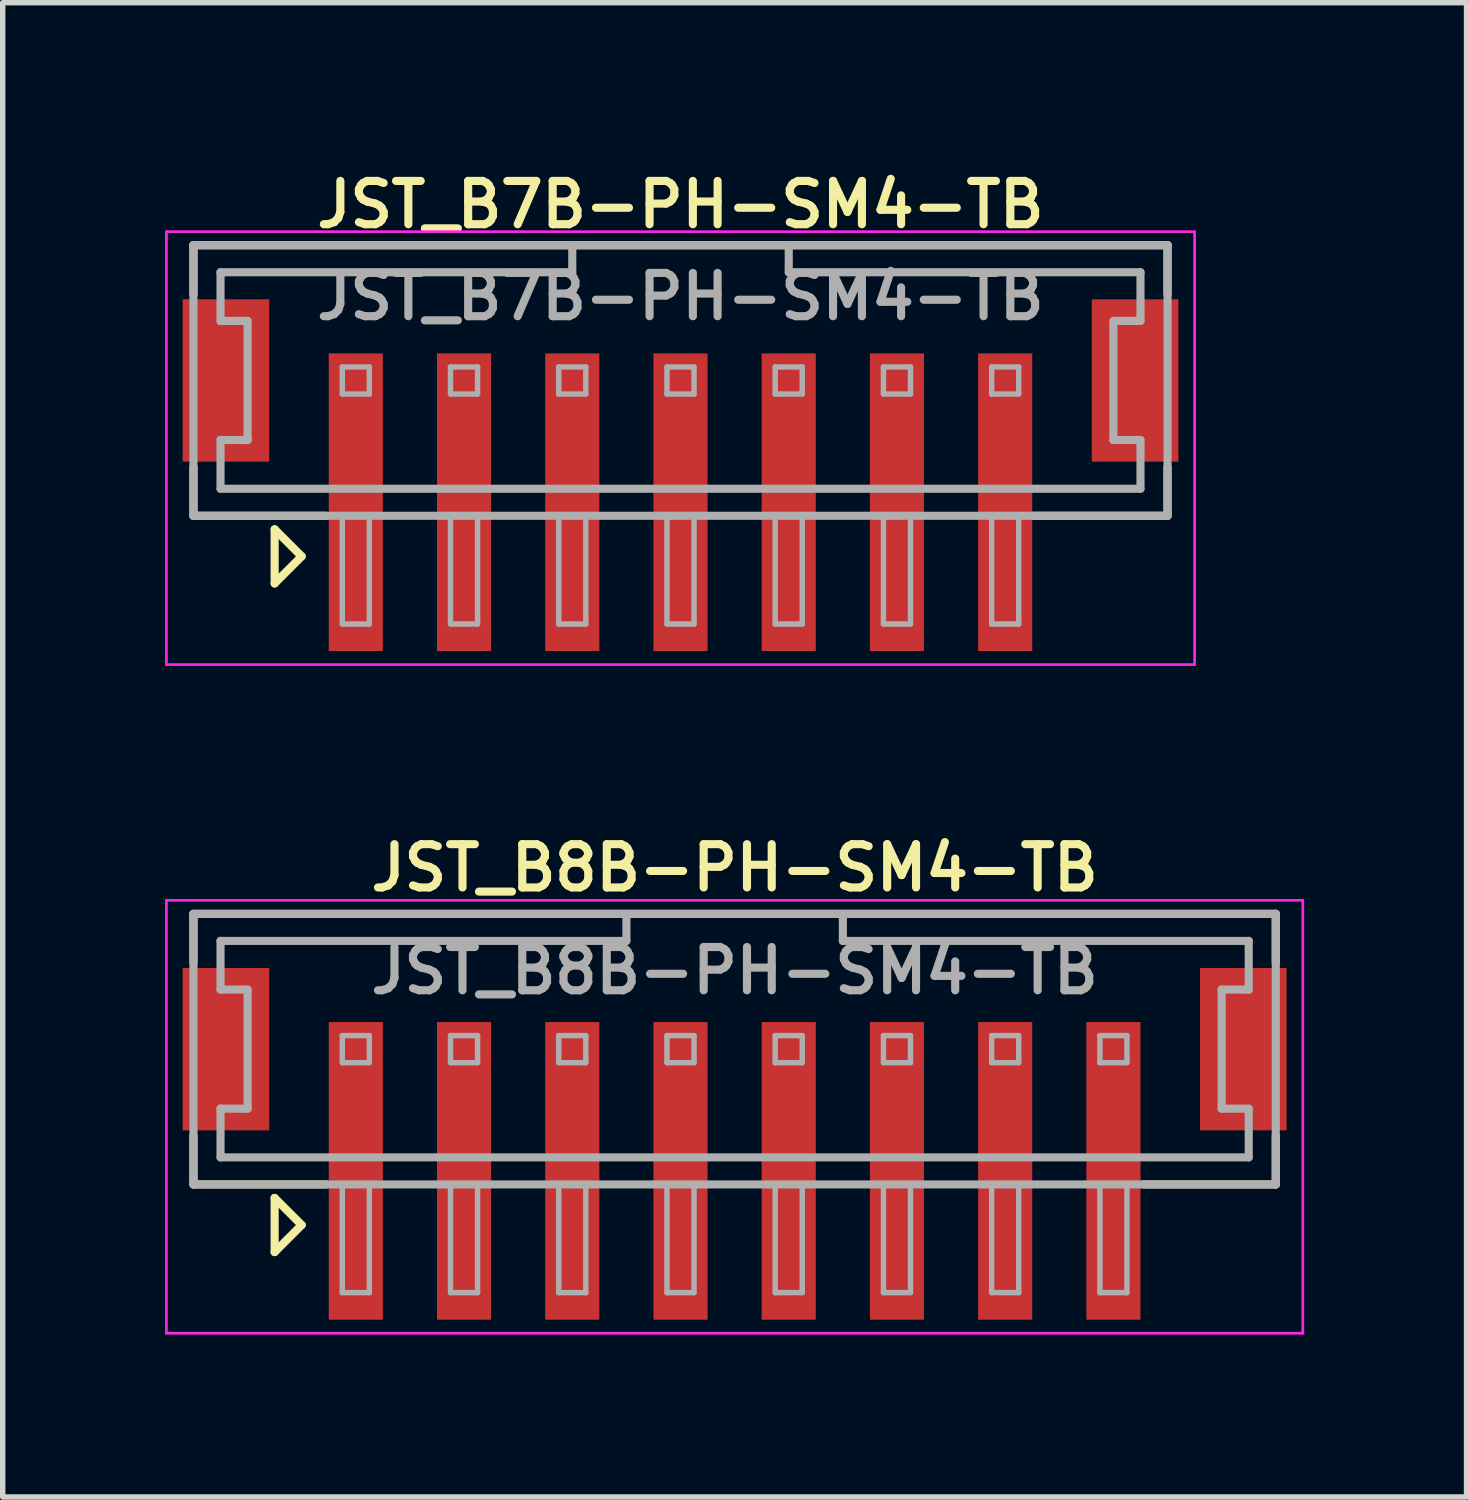
<source format=kicad_pcb>
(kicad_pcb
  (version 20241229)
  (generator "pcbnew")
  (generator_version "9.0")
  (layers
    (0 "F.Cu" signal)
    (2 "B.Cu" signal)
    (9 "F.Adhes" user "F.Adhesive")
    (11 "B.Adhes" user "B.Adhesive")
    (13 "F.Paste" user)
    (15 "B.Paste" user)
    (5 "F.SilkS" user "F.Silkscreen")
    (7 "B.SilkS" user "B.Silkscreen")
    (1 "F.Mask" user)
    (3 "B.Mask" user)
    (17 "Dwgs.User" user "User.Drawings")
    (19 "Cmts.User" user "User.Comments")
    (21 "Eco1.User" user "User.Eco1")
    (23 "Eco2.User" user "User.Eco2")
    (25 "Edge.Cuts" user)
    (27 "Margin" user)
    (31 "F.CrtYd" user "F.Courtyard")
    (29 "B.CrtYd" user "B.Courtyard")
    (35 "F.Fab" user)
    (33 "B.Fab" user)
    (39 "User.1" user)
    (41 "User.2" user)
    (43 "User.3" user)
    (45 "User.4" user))
  (footprint "JST_B7B-PH-SM4-TB"
    (layer "F.Cu")
    (at 9.525 6.231)
    (property "Reference" "JST_B7B-PH-SM4-TB" (at 0 -5.5 0) (layer "F.SilkS") (effects (font (size 0.8 0.8) (thickness 0.15))))
    (attr through_hole)
    (fp_line (start -9 -4.75) (end 9 -4.75) (stroke (width 0.15) (type solid)) (layer "F.SilkS"))
    (fp_line (start -9 -3.85) (end -9 -4.75) (stroke (width 0.15) (type solid)) (layer "F.SilkS"))
    (fp_line (start -9 -0.65) (end -9 0.25) (stroke (width 0.15) (type solid)) (layer "F.SilkS"))
    (fp_line (start -9 0.25) (end -6.55 0.25) (stroke (width 0.15) (type solid)) (layer "F.SilkS"))
    (fp_line (start -7.5 0.5) (end -7.5 1.5) (stroke (width 0.15) (type solid)) (layer "F.SilkS"))
    (fp_line (start -7.5 1.5) (end -7 1) (stroke (width 0.15) (type solid)) (layer "F.SilkS"))
    (fp_line (start -7 1) (end -7.5 0.5) (stroke (width 0.15) (type solid)) (layer "F.SilkS"))
    (fp_line (start 8.975 0.25) (end 6.525 0.25) (stroke (width 0.15) (type solid)) (layer "F.SilkS"))
    (fp_line (start 9 -4.75) (end 9 -3.85) (stroke (width 0.15) (type solid)) (layer "F.SilkS"))
    (fp_line (start 9 -0.65) (end 9 0.25) (stroke (width 0.15) (type solid)) (layer "F.SilkS"))
    (fp_line (start -9.5 -5) (end 9.5 -5) (stroke (width 0.05) (type solid)) (layer "F.CrtYd"))
    (fp_line (start -9.5 3) (end -9.5 -5) (stroke (width 0.05) (type solid)) (layer "F.CrtYd"))
    (fp_line (start 9.5 -5) (end 9.5 3) (stroke (width 0.05) (type solid)) (layer "F.CrtYd"))
    (fp_line (start 9.5 3) (end -9.5 3) (stroke (width 0.05) (type solid)) (layer "F.CrtYd"))
    (fp_line (start -9 -4.75) (end -9 0.25) (stroke (width 0.15) (type solid)) (layer "F.Fab"))
    (fp_line (start -9 0.25) (end 9 0.25) (stroke (width 0.15) (type solid)) (layer "F.Fab"))
    (fp_line (start -8.5 -4.25) (end -2 -4.25) (stroke (width 0.15) (type solid)) (layer "F.Fab"))
    (fp_line (start -8.5 -3.35) (end -8.5 -4.25) (stroke (width 0.15) (type solid)) (layer "F.Fab"))
    (fp_line (start -8.5 -3.35) (end -8 -3.35) (stroke (width 0.15) (type solid)) (layer "F.Fab"))
    (fp_line (start -8.5 -0.25) (end -8.5 -1.15) (stroke (width 0.15) (type solid)) (layer "F.Fab"))
    (fp_line (start -8 -3.35) (end -8 -1.2) (stroke (width 0.15) (type solid)) (layer "F.Fab"))
    (fp_line (start -8 -1.2) (end -8 -1.15) (stroke (width 0.15) (type solid)) (layer "F.Fab"))
    (fp_line (start -8 -1.15) (end -8.5 -1.15) (stroke (width 0.15) (type solid)) (layer "F.Fab"))
    (fp_line (start -6.25 -2.5) (end -6.25 -2) (stroke (width 0.1) (type solid)) (layer "F.Fab"))
    (fp_line (start -6.25 -2) (end -5.75 -2) (stroke (width 0.1) (type solid)) (layer "F.Fab"))
    (fp_line (start -6.25 0.25) (end -6.25 2.25) (stroke (width 0.1) (type solid)) (layer "F.Fab"))
    (fp_line (start -6.25 2.25) (end -5.75 2.25) (stroke (width 0.1) (type solid)) (layer "F.Fab"))
    (fp_line (start -5.75 -2.5) (end -6.25 -2.5) (stroke (width 0.1) (type solid)) (layer "F.Fab"))
    (fp_line (start -5.75 -2) (end -5.75 -2.5) (stroke (width 0.1) (type solid)) (layer "F.Fab"))
    (fp_line (start -5.75 2.25) (end -5.75 0.25) (stroke (width 0.1) (type solid)) (layer "F.Fab"))
    (fp_line (start -4.25 -2.5) (end -4.25 -2) (stroke (width 0.1) (type solid)) (layer "F.Fab"))
    (fp_line (start -4.25 -2) (end -3.75 -2) (stroke (width 0.1) (type solid)) (layer "F.Fab"))
    (fp_line (start -4.25 0.25) (end -4.25 2.25) (stroke (width 0.1) (type solid)) (layer "F.Fab"))
    (fp_line (start -4.25 2.25) (end -3.75 2.25) (stroke (width 0.1) (type solid)) (layer "F.Fab"))
    (fp_line (start -3.75 -2.5) (end -4.25 -2.5) (stroke (width 0.1) (type solid)) (layer "F.Fab"))
    (fp_line (start -3.75 -2) (end -3.75 -2.5) (stroke (width 0.1) (type solid)) (layer "F.Fab"))
    (fp_line (start -3.75 2.25) (end -3.75 0.25) (stroke (width 0.1) (type solid)) (layer "F.Fab"))
    (fp_line (start -2.25 -2.5) (end -2.25 -2) (stroke (width 0.1) (type solid)) (layer "F.Fab"))
    (fp_line (start -2.25 -2) (end -1.75 -2) (stroke (width 0.1) (type solid)) (layer "F.Fab"))
    (fp_line (start -2.25 0.25) (end -2.25 2.25) (stroke (width 0.1) (type solid)) (layer "F.Fab"))
    (fp_line (start -2.25 2.25) (end -1.75 2.25) (stroke (width 0.1) (type solid)) (layer "F.Fab"))
    (fp_line (start -2 -4.25) (end -2 -4.75) (stroke (width 0.15) (type solid)) (layer "F.Fab"))
    (fp_line (start -1.75 -2.5) (end -2.25 -2.5) (stroke (width 0.1) (type solid)) (layer "F.Fab"))
    (fp_line (start -1.75 -2) (end -1.75 -2.5) (stroke (width 0.1) (type solid)) (layer "F.Fab"))
    (fp_line (start -1.75 2.25) (end -1.75 0.25) (stroke (width 0.1) (type solid)) (layer "F.Fab"))
    (fp_line (start -0.25 -2.5) (end -0.25 -2) (stroke (width 0.1) (type solid)) (layer "F.Fab"))
    (fp_line (start -0.25 -2) (end 0.25 -2) (stroke (width 0.1) (type solid)) (layer "F.Fab"))
    (fp_line (start -0.25 0.25) (end -0.25 2.25) (stroke (width 0.1) (type solid)) (layer "F.Fab"))
    (fp_line (start -0.25 2.25) (end 0.25 2.25) (stroke (width 0.1) (type solid)) (layer "F.Fab"))
    (fp_line (start 0.25 -2.5) (end -0.25 -2.5) (stroke (width 0.1) (type solid)) (layer "F.Fab"))
    (fp_line (start 0.25 -2) (end 0.25 -2.5) (stroke (width 0.1) (type solid)) (layer "F.Fab"))
    (fp_line (start 0.25 2.25) (end 0.25 0.25) (stroke (width 0.1) (type solid)) (layer "F.Fab"))
    (fp_line (start 1.75 -2.5) (end 1.75 -2) (stroke (width 0.1) (type solid)) (layer "F.Fab"))
    (fp_line (start 1.75 -2) (end 2.25 -2) (stroke (width 0.1) (type solid)) (layer "F.Fab"))
    (fp_line (start 1.75 0.25) (end 1.75 2.25) (stroke (width 0.1) (type solid)) (layer "F.Fab"))
    (fp_line (start 1.75 2.25) (end 2.25 2.25) (stroke (width 0.1) (type solid)) (layer "F.Fab"))
    (fp_line (start 2 -4.75) (end 2 -4.25) (stroke (width 0.15) (type solid)) (layer "F.Fab"))
    (fp_line (start 2 -4.25) (end 8.5 -4.25) (stroke (width 0.15) (type solid)) (layer "F.Fab"))
    (fp_line (start 2.25 -2.5) (end 1.75 -2.5) (stroke (width 0.1) (type solid)) (layer "F.Fab"))
    (fp_line (start 2.25 -2) (end 2.25 -2.5) (stroke (width 0.1) (type solid)) (layer "F.Fab"))
    (fp_line (start 2.25 2.25) (end 2.25 0.25) (stroke (width 0.1) (type solid)) (layer "F.Fab"))
    (fp_line (start 3.75 -2.5) (end 3.75 -2) (stroke (width 0.1) (type solid)) (layer "F.Fab"))
    (fp_line (start 3.75 -2) (end 4.25 -2) (stroke (width 0.1) (type solid)) (layer "F.Fab"))
    (fp_line (start 3.75 0.25) (end 3.75 2.25) (stroke (width 0.1) (type solid)) (layer "F.Fab"))
    (fp_line (start 3.75 2.25) (end 4.25 2.25) (stroke (width 0.1) (type solid)) (layer "F.Fab"))
    (fp_line (start 4.25 -2.5) (end 3.75 -2.5) (stroke (width 0.1) (type solid)) (layer "F.Fab"))
    (fp_line (start 4.25 -2) (end 4.25 -2.5) (stroke (width 0.1) (type solid)) (layer "F.Fab"))
    (fp_line (start 4.25 2.25) (end 4.25 0.25) (stroke (width 0.1) (type solid)) (layer "F.Fab"))
    (fp_line (start 5.75 -2.5) (end 5.75 -2) (stroke (width 0.1) (type solid)) (layer "F.Fab"))
    (fp_line (start 5.75 -2) (end 6.25 -2) (stroke (width 0.1) (type solid)) (layer "F.Fab"))
    (fp_line (start 5.75 0.25) (end 5.75 2.25) (stroke (width 0.1) (type solid)) (layer "F.Fab"))
    (fp_line (start 5.75 2.25) (end 6.25 2.25) (stroke (width 0.1) (type solid)) (layer "F.Fab"))
    (fp_line (start 6.25 -2.5) (end 5.75 -2.5) (stroke (width 0.1) (type solid)) (layer "F.Fab"))
    (fp_line (start 6.25 -2) (end 6.25 -2.5) (stroke (width 0.1) (type solid)) (layer "F.Fab"))
    (fp_line (start 6.25 2.25) (end 6.25 0.25) (stroke (width 0.1) (type solid)) (layer "F.Fab"))
    (fp_line (start 8 -3.35) (end 8 -1.15) (stroke (width 0.15) (type solid)) (layer "F.Fab"))
    (fp_line (start 8 -1.15) (end 8.5 -1.15) (stroke (width 0.15) (type solid)) (layer "F.Fab"))
    (fp_line (start 8.5 -4.25) (end 8.5 -3.35) (stroke (width 0.15) (type solid)) (layer "F.Fab"))
    (fp_line (start 8.5 -3.35) (end 8 -3.35) (stroke (width 0.15) (type solid)) (layer "F.Fab"))
    (fp_line (start 8.5 -1.15) (end 8.5 -0.25) (stroke (width 0.15) (type solid)) (layer "F.Fab"))
    (fp_line (start 8.5 -0.25) (end -8.5 -0.25) (stroke (width 0.15) (type solid)) (layer "F.Fab"))
    (fp_line (start 9 -4.75) (end -9 -4.75) (stroke (width 0.15) (type solid)) (layer "F.Fab"))
    (fp_line (start 9 0.25) (end 9 -4.75) (stroke (width 0.15) (type solid)) (layer "F.Fab"))
    (fp_text user "${REFERENCE}" (at 0 -3.8 0) (layer "F.Fab") (effects (font (size 0.8 0.8) (thickness 0.15))))
    (pad "" smd rect (at -8.4 -2.25) (size 1.6 3) (layers "F.Cu" "F.Mask" "F.Paste"))
    (pad "" smd rect (at 8.4 -2.25) (size 1.6 3) (layers "F.Cu" "F.Mask" "F.Paste"))
    (pad "1" smd rect (at -6 0) (size 1 5.5) (layers "F.Cu" "F.Mask" "F.Paste"))
    (pad "2" smd rect (at -4 0) (size 1 5.5) (layers "F.Cu" "F.Mask" "F.Paste"))
    (pad "3" smd rect (at -2 0) (size 1 5.5) (layers "F.Cu" "F.Mask" "F.Paste"))
    (pad "4" smd rect (at 0 0) (size 1 5.5) (layers "F.Cu" "F.Mask" "F.Paste"))
    (pad "5" smd rect (at 2 0) (size 1 5.5) (layers "F.Cu" "F.Mask" "F.Paste"))
    (pad "6" smd rect (at 4 0) (size 1 5.5) (layers "F.Cu" "F.Mask" "F.Paste"))
    (pad "7" smd rect (at 6 0) (size 1 5.5) (layers "F.Cu" "F.Mask" "F.Paste")))
  (footprint "JST_B8B-PH-SM4-TB"
    (layer "F.Cu")
    (at 10.525 18.587)
    (property "Reference" "JST_B8B-PH-SM4-TB" (at 0 -5.6 0) (layer "F.SilkS") (effects (font (size 0.8 0.8) (thickness 0.15))))
    (attr through_hole)
    (fp_line (start -10 -4.75) (end 10 -4.75) (stroke (width 0.15) (type solid)) (layer "F.SilkS"))
    (fp_line (start -10 -3.85) (end -10 -4.75) (stroke (width 0.15) (type solid)) (layer "F.SilkS"))
    (fp_line (start -10 -0.65) (end -10 0.25) (stroke (width 0.15) (type solid)) (layer "F.SilkS"))
    (fp_line (start -10 0.25) (end -7.55 0.25) (stroke (width 0.15) (type solid)) (layer "F.SilkS"))
    (fp_line (start -8.5 0.5) (end -8.5 1.5) (stroke (width 0.15) (type solid)) (layer "F.SilkS"))
    (fp_line (start -8.5 1.5) (end -8 1) (stroke (width 0.15) (type solid)) (layer "F.SilkS"))
    (fp_line (start -8 1) (end -8.5 0.5) (stroke (width 0.15) (type solid)) (layer "F.SilkS"))
    (fp_line (start 10 -4.75) (end 10 -3.85) (stroke (width 0.15) (type solid)) (layer "F.SilkS"))
    (fp_line (start 10 -0.65) (end 10 0.25) (stroke (width 0.15) (type solid)) (layer "F.SilkS"))
    (fp_line (start 10 0.25) (end 7.55 0.25) (stroke (width 0.15) (type solid)) (layer "F.SilkS"))
    (fp_line (start -10.5 -5) (end 10.5 -5) (stroke (width 0.05) (type solid)) (layer "F.CrtYd"))
    (fp_line (start -10.5 3) (end -10.5 -5) (stroke (width 0.05) (type solid)) (layer "F.CrtYd"))
    (fp_line (start 10.5 -5) (end 10.5 3) (stroke (width 0.05) (type solid)) (layer "F.CrtYd"))
    (fp_line (start 10.5 3) (end -10.5 3) (stroke (width 0.05) (type solid)) (layer "F.CrtYd"))
    (fp_line (start -10 -4.75) (end -10 0.25) (stroke (width 0.15) (type solid)) (layer "F.Fab"))
    (fp_line (start -10 0.25) (end 10 0.25) (stroke (width 0.15) (type solid)) (layer "F.Fab"))
    (fp_line (start -9.5 -4.25) (end -2 -4.25) (stroke (width 0.15) (type solid)) (layer "F.Fab"))
    (fp_line (start -9.5 -3.35) (end -9.5 -4.25) (stroke (width 0.15) (type solid)) (layer "F.Fab"))
    (fp_line (start -9.5 -3.35) (end -9 -3.35) (stroke (width 0.15) (type solid)) (layer "F.Fab"))
    (fp_line (start -9.5 -0.25) (end -9.5 -1.15) (stroke (width 0.15) (type solid)) (layer "F.Fab"))
    (fp_line (start -9 -3.35) (end -9 -1.2) (stroke (width 0.15) (type solid)) (layer "F.Fab"))
    (fp_line (start -9 -1.2) (end -9 -1.15) (stroke (width 0.15) (type solid)) (layer "F.Fab"))
    (fp_line (start -9 -1.15) (end -9.5 -1.15) (stroke (width 0.15) (type solid)) (layer "F.Fab"))
    (fp_line (start -7.25 -2.5) (end -7.25 -2) (stroke (width 0.1) (type solid)) (layer "F.Fab"))
    (fp_line (start -7.25 -2) (end -6.75 -2) (stroke (width 0.1) (type solid)) (layer "F.Fab"))
    (fp_line (start -7.25 0.25) (end -7.25 2.25) (stroke (width 0.1) (type solid)) (layer "F.Fab"))
    (fp_line (start -7.25 2.25) (end -6.75 2.25) (stroke (width 0.1) (type solid)) (layer "F.Fab"))
    (fp_line (start -6.75 -2.5) (end -7.25 -2.5) (stroke (width 0.1) (type solid)) (layer "F.Fab"))
    (fp_line (start -6.75 -2) (end -6.75 -2.5) (stroke (width 0.1) (type solid)) (layer "F.Fab"))
    (fp_line (start -6.75 2.25) (end -6.75 0.25) (stroke (width 0.1) (type solid)) (layer "F.Fab"))
    (fp_line (start -5.25 -2.5) (end -5.25 -2) (stroke (width 0.1) (type solid)) (layer "F.Fab"))
    (fp_line (start -5.25 -2) (end -4.75 -2) (stroke (width 0.1) (type solid)) (layer "F.Fab"))
    (fp_line (start -5.25 0.25) (end -5.25 2.25) (stroke (width 0.1) (type solid)) (layer "F.Fab"))
    (fp_line (start -5.25 2.25) (end -4.75 2.25) (stroke (width 0.1) (type solid)) (layer "F.Fab"))
    (fp_line (start -4.75 -2.5) (end -5.25 -2.5) (stroke (width 0.1) (type solid)) (layer "F.Fab"))
    (fp_line (start -4.75 -2) (end -4.75 -2.5) (stroke (width 0.1) (type solid)) (layer "F.Fab"))
    (fp_line (start -4.75 2.25) (end -4.75 0.25) (stroke (width 0.1) (type solid)) (layer "F.Fab"))
    (fp_line (start -3.25 -2.5) (end -3.25 -2) (stroke (width 0.1) (type solid)) (layer "F.Fab"))
    (fp_line (start -3.25 -2) (end -2.75 -2) (stroke (width 0.1) (type solid)) (layer "F.Fab"))
    (fp_line (start -3.25 0.25) (end -3.25 2.25) (stroke (width 0.1) (type solid)) (layer "F.Fab"))
    (fp_line (start -3.25 2.25) (end -2.75 2.25) (stroke (width 0.1) (type solid)) (layer "F.Fab"))
    (fp_line (start -2.75 -2.5) (end -3.25 -2.5) (stroke (width 0.1) (type solid)) (layer "F.Fab"))
    (fp_line (start -2.75 -2) (end -2.75 -2.5) (stroke (width 0.1) (type solid)) (layer "F.Fab"))
    (fp_line (start -2.75 2.25) (end -2.75 0.25) (stroke (width 0.1) (type solid)) (layer "F.Fab"))
    (fp_line (start -2 -4.25) (end -2 -4.75) (stroke (width 0.15) (type solid)) (layer "F.Fab"))
    (fp_line (start -1.25 -2.5) (end -1.25 -2) (stroke (width 0.1) (type solid)) (layer "F.Fab"))
    (fp_line (start -1.25 -2) (end -0.75 -2) (stroke (width 0.1) (type solid)) (layer "F.Fab"))
    (fp_line (start -1.25 0.25) (end -1.25 2.25) (stroke (width 0.1) (type solid)) (layer "F.Fab"))
    (fp_line (start -1.25 2.25) (end -0.75 2.25) (stroke (width 0.1) (type solid)) (layer "F.Fab"))
    (fp_line (start -0.75 -2.5) (end -1.25 -2.5) (stroke (width 0.1) (type solid)) (layer "F.Fab"))
    (fp_line (start -0.75 -2) (end -0.75 -2.5) (stroke (width 0.1) (type solid)) (layer "F.Fab"))
    (fp_line (start -0.75 2.25) (end -0.75 0.25) (stroke (width 0.1) (type solid)) (layer "F.Fab"))
    (fp_line (start 0.75 -2.5) (end 0.75 -2) (stroke (width 0.1) (type solid)) (layer "F.Fab"))
    (fp_line (start 0.75 -2) (end 1.25 -2) (stroke (width 0.1) (type solid)) (layer "F.Fab"))
    (fp_line (start 0.75 0.25) (end 0.75 2.25) (stroke (width 0.1) (type solid)) (layer "F.Fab"))
    (fp_line (start 0.75 2.25) (end 1.25 2.25) (stroke (width 0.1) (type solid)) (layer "F.Fab"))
    (fp_line (start 1.25 -2.5) (end 0.75 -2.5) (stroke (width 0.1) (type solid)) (layer "F.Fab"))
    (fp_line (start 1.25 -2) (end 1.25 -2.5) (stroke (width 0.1) (type solid)) (layer "F.Fab"))
    (fp_line (start 1.25 2.25) (end 1.25 0.25) (stroke (width 0.1) (type solid)) (layer "F.Fab"))
    (fp_line (start 2 -4.75) (end 2 -4.25) (stroke (width 0.15) (type solid)) (layer "F.Fab"))
    (fp_line (start 2 -4.25) (end 9.5 -4.25) (stroke (width 0.15) (type solid)) (layer "F.Fab"))
    (fp_line (start 2.75 -2.5) (end 2.75 -2) (stroke (width 0.1) (type solid)) (layer "F.Fab"))
    (fp_line (start 2.75 -2) (end 3.25 -2) (stroke (width 0.1) (type solid)) (layer "F.Fab"))
    (fp_line (start 2.75 0.25) (end 2.75 2.25) (stroke (width 0.1) (type solid)) (layer "F.Fab"))
    (fp_line (start 2.75 2.25) (end 3.25 2.25) (stroke (width 0.1) (type solid)) (layer "F.Fab"))
    (fp_line (start 3.25 -2.5) (end 2.75 -2.5) (stroke (width 0.1) (type solid)) (layer "F.Fab"))
    (fp_line (start 3.25 -2) (end 3.25 -2.5) (stroke (width 0.1) (type solid)) (layer "F.Fab"))
    (fp_line (start 3.25 2.25) (end 3.25 0.25) (stroke (width 0.1) (type solid)) (layer "F.Fab"))
    (fp_line (start 4.75 -2.5) (end 4.75 -2) (stroke (width 0.1) (type solid)) (layer "F.Fab"))
    (fp_line (start 4.75 -2) (end 5.25 -2) (stroke (width 0.1) (type solid)) (layer "F.Fab"))
    (fp_line (start 4.75 0.25) (end 4.75 2.25) (stroke (width 0.1) (type solid)) (layer "F.Fab"))
    (fp_line (start 4.75 2.25) (end 5.25 2.25) (stroke (width 0.1) (type solid)) (layer "F.Fab"))
    (fp_line (start 5.25 -2.5) (end 4.75 -2.5) (stroke (width 0.1) (type solid)) (layer "F.Fab"))
    (fp_line (start 5.25 -2) (end 5.25 -2.5) (stroke (width 0.1) (type solid)) (layer "F.Fab"))
    (fp_line (start 5.25 2.25) (end 5.25 0.25) (stroke (width 0.1) (type solid)) (layer "F.Fab"))
    (fp_line (start 6.75 -2.5) (end 6.75 -2) (stroke (width 0.1) (type solid)) (layer "F.Fab"))
    (fp_line (start 6.75 -2) (end 7.25 -2) (stroke (width 0.1) (type solid)) (layer "F.Fab"))
    (fp_line (start 6.75 0.25) (end 6.75 2.25) (stroke (width 0.1) (type solid)) (layer "F.Fab"))
    (fp_line (start 6.75 2.25) (end 7.25 2.25) (stroke (width 0.1) (type solid)) (layer "F.Fab"))
    (fp_line (start 7.25 -2.5) (end 6.75 -2.5) (stroke (width 0.1) (type solid)) (layer "F.Fab"))
    (fp_line (start 7.25 -2) (end 7.25 -2.5) (stroke (width 0.1) (type solid)) (layer "F.Fab"))
    (fp_line (start 7.25 2.25) (end 7.25 0.25) (stroke (width 0.1) (type solid)) (layer "F.Fab"))
    (fp_line (start 9 -3.35) (end 9 -1.15) (stroke (width 0.15) (type solid)) (layer "F.Fab"))
    (fp_line (start 9 -1.15) (end 9.5 -1.15) (stroke (width 0.15) (type solid)) (layer "F.Fab"))
    (fp_line (start 9.5 -4.25) (end 9.5 -3.35) (stroke (width 0.15) (type solid)) (layer "F.Fab"))
    (fp_line (start 9.5 -3.35) (end 9 -3.35) (stroke (width 0.15) (type solid)) (layer "F.Fab"))
    (fp_line (start 9.5 -1.15) (end 9.5 -0.25) (stroke (width 0.15) (type solid)) (layer "F.Fab"))
    (fp_line (start 9.5 -0.25) (end -9.5 -0.25) (stroke (width 0.15) (type solid)) (layer "F.Fab"))
    (fp_line (start 10 -4.75) (end -10 -4.75) (stroke (width 0.15) (type solid)) (layer "F.Fab"))
    (fp_line (start 10 0.25) (end 10 -4.75) (stroke (width 0.15) (type solid)) (layer "F.Fab"))
    (fp_text user "${REFERENCE}" (at 0 -3.7 0) (layer "F.Fab") (effects (font (size 0.8 0.8) (thickness 0.15))))
    (pad "" smd rect (at -9.4 -2.25) (size 1.6 3) (layers "F.Cu" "F.Mask" "F.Paste"))
    (pad "" smd rect (at 9.4 -2.25) (size 1.6 3) (layers "F.Cu" "F.Mask" "F.Paste"))
    (pad "1" smd rect (at -7 0) (size 1 5.5) (layers "F.Cu" "F.Mask" "F.Paste"))
    (pad "2" smd rect (at -5 0) (size 1 5.5) (layers "F.Cu" "F.Mask" "F.Paste"))
    (pad "3" smd rect (at -3 0) (size 1 5.5) (layers "F.Cu" "F.Mask" "F.Paste"))
    (pad "4" smd rect (at -1 0) (size 1 5.5) (layers "F.Cu" "F.Mask" "F.Paste"))
    (pad "5" smd rect (at 1 0) (size 1 5.5) (layers "F.Cu" "F.Mask" "F.Paste"))
    (pad "6" smd rect (at 3 0) (size 1 5.5) (layers "F.Cu" "F.Mask" "F.Paste"))
    (pad "7" smd rect (at 5 0) (size 1 5.5) (layers "F.Cu" "F.Mask" "F.Paste"))
    (pad "8" smd rect (at 7 0) (size 1 5.5) (layers "F.Cu" "F.Mask" "F.Paste")))
  (gr_rect
    (start -3 -3)
    (end 24.05 24.613)
    (stroke (width 0.1) (type default))
    (fill no)
    (layer "Edge.Cuts")))
</source>
